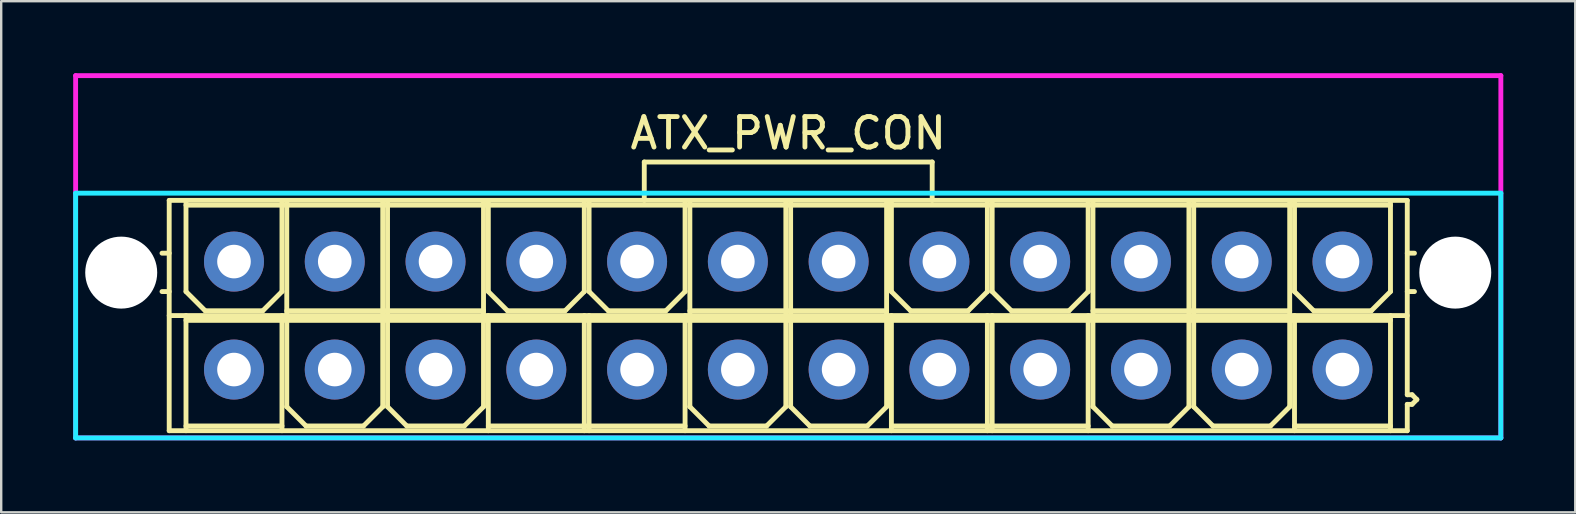
<source format=kicad_pcb>
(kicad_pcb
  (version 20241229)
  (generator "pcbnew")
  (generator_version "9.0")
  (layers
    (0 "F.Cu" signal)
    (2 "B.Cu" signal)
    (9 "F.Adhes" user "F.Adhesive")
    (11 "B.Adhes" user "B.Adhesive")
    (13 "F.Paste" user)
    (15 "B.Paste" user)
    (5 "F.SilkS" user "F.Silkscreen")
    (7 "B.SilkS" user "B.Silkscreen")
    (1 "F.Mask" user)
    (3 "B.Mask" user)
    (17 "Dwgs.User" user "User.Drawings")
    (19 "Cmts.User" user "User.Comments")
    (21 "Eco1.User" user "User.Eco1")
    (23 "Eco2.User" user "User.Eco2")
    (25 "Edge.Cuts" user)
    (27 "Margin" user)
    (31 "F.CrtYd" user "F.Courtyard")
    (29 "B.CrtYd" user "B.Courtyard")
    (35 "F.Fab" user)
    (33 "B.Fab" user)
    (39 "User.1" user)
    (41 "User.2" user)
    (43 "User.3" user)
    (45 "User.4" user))
  (footprint "ATX_PWR_CON"
    (layer "F.Cu")
    (at 29.802 10.102)
    (property "Reference" "ATX_PWR_CON" (at 0 -7.6 0) (layer "F.SilkS") (effects (font (size 1.27 1.27) (thickness 0.203))))
    (attr through_hole)
    (fp_line (start -26.1 -2.6) (end -25.8 -2.6) (stroke (width 0.203) (type solid)) (layer "F.SilkS"))
    (fp_line (start -26.1 -1) (end -25.8 -1) (stroke (width 0.203) (type solid)) (layer "F.SilkS"))
    (fp_line (start -25.8 -4.8) (end 25.8 -4.8) (stroke (width 0.203) (type solid)) (layer "F.SilkS"))
    (fp_line (start -25.8 0) (end 25.8 0) (stroke (width 0.203) (type solid)) (layer "F.SilkS"))
    (fp_line (start -25.8 4.8) (end -25.8 -4.8) (stroke (width 0.203) (type solid)) (layer "F.SilkS"))
    (fp_line (start -25.1 0.2) (end 25.1 0.2) (stroke (width 0.203) (type solid)) (layer "F.SilkS"))
    (fp_line (start -25.1 -4.6) (end 25.1 -4.6) (stroke (width 0.203) (type solid)) (layer "F.SilkS"))
    (fp_line (start -25.1 -1) (end -25.1 -4.8) (stroke (width 0.203) (type solid)) (layer "F.SilkS"))
    (fp_line (start -25.1 0) (end -25.1 4.8) (stroke (width 0.203) (type solid)) (layer "F.SilkS"))
    (fp_line (start -25.1 4.6) (end -21.1 4.6) (stroke (width 0.203) (type solid)) (layer "F.SilkS"))
    (fp_line (start -24.3 -0.2) (end -25.1 -1) (stroke (width 0.203) (type solid)) (layer "F.SilkS"))
    (fp_line (start -21.9 -0.2) (end -24.3 -0.2) (stroke (width 0.203) (type solid)) (layer "F.SilkS"))
    (fp_line (start -21.1 -4.8) (end -21.1 -1) (stroke (width 0.203) (type solid)) (layer "F.SilkS"))
    (fp_line (start -21.1 -1) (end -21.9 -0.2) (stroke (width 0.203) (type solid)) (layer "F.SilkS"))
    (fp_line (start -21.1 0) (end -21.1 4.8) (stroke (width 0.203) (type solid)) (layer "F.SilkS"))
    (fp_line (start -20.9 -4.8) (end -20.9 0) (stroke (width 0.203) (type solid)) (layer "F.SilkS"))
    (fp_line (start -20.9 -0.2) (end -12.7 -0.2) (stroke (width 0.203) (type solid)) (layer "F.SilkS"))
    (fp_line (start -20.9 3.8) (end -20.9 0) (stroke (width 0.203) (type solid)) (layer "F.SilkS"))
    (fp_line (start -20.1 4.6) (end -20.9 3.8) (stroke (width 0.203) (type solid)) (layer "F.SilkS"))
    (fp_line (start -17.7 4.6) (end -20.1 4.6) (stroke (width 0.203) (type solid)) (layer "F.SilkS"))
    (fp_line (start -16.9 -4.8) (end -16.9 0) (stroke (width 0.203) (type solid)) (layer "F.SilkS"))
    (fp_line (start -16.9 0) (end -16.9 3.8) (stroke (width 0.203) (type solid)) (layer "F.SilkS"))
    (fp_line (start -16.9 3.8) (end -17.7 4.6) (stroke (width 0.203) (type solid)) (layer "F.SilkS"))
    (fp_line (start -16.7 -4.8) (end -16.7 0) (stroke (width 0.203) (type solid)) (layer "F.SilkS"))
    (fp_line (start -16.7 3.8) (end -16.7 0) (stroke (width 0.203) (type solid)) (layer "F.SilkS"))
    (fp_line (start -15.9 4.6) (end -16.7 3.8) (stroke (width 0.203) (type solid)) (layer "F.SilkS"))
    (fp_line (start -13.5 4.6) (end -15.9 4.6) (stroke (width 0.203) (type solid)) (layer "F.SilkS"))
    (fp_line (start -12.7 -4.8) (end -12.7 0) (stroke (width 0.203) (type solid)) (layer "F.SilkS"))
    (fp_line (start -12.7 0) (end -12.7 3.8) (stroke (width 0.203) (type solid)) (layer "F.SilkS"))
    (fp_line (start -12.7 3.8) (end -13.5 4.6) (stroke (width 0.203) (type solid)) (layer "F.SilkS"))
    (fp_line (start -12.5 -1) (end -12.5 -4.8) (stroke (width 0.203) (type solid)) (layer "F.SilkS"))
    (fp_line (start -12.5 0) (end -12.5 4.8) (stroke (width 0.203) (type solid)) (layer "F.SilkS"))
    (fp_line (start -12.5 4.6) (end -4.3 4.6) (stroke (width 0.203) (type solid)) (layer "F.SilkS"))
    (fp_line (start -11.7 -0.2) (end -12.5 -1) (stroke (width 0.203) (type solid)) (layer "F.SilkS"))
    (fp_line (start -9.3 -0.2) (end -11.7 -0.2) (stroke (width 0.203) (type solid)) (layer "F.SilkS"))
    (fp_line (start -8.5 -4.8) (end -8.5 -1) (stroke (width 0.203) (type solid)) (layer "F.SilkS"))
    (fp_line (start -8.5 -1) (end -9.3 -0.2) (stroke (width 0.203) (type solid)) (layer "F.SilkS"))
    (fp_line (start -8.5 0) (end -8.5 4.8) (stroke (width 0.203) (type solid)) (layer "F.SilkS"))
    (fp_line (start -8.3 -1) (end -8.3 -4.8) (stroke (width 0.203) (type solid)) (layer "F.SilkS"))
    (fp_line (start -8.3 0) (end -8.3 4.8) (stroke (width 0.203) (type solid)) (layer "F.SilkS"))
    (fp_line (start -7.5 -0.2) (end -8.3 -1) (stroke (width 0.203) (type solid)) (layer "F.SilkS"))
    (fp_line (start -6 -6.4) (end -6 -4.8) (stroke (width 0.203) (type solid)) (layer "F.SilkS"))
    (fp_line (start -5.1 -0.2) (end -7.5 -0.2) (stroke (width 0.203) (type solid)) (layer "F.SilkS"))
    (fp_line (start -4.3 -4.8) (end -4.3 -1) (stroke (width 0.203) (type solid)) (layer "F.SilkS"))
    (fp_line (start -4.3 -1) (end -5.1 -0.2) (stroke (width 0.203) (type solid)) (layer "F.SilkS"))
    (fp_line (start -4.3 0) (end -4.3 4.8) (stroke (width 0.203) (type solid)) (layer "F.SilkS"))
    (fp_line (start -4.1 -4.8) (end -4.1 0) (stroke (width 0.203) (type solid)) (layer "F.SilkS"))
    (fp_line (start -4.1 -0.2) (end 4.1 -0.2) (stroke (width 0.203) (type solid)) (layer "F.SilkS"))
    (fp_line (start -4.1 3.8) (end -4.1 0) (stroke (width 0.203) (type solid)) (layer "F.SilkS"))
    (fp_line (start -3.3 4.6) (end -4.1 3.8) (stroke (width 0.203) (type solid)) (layer "F.SilkS"))
    (fp_line (start -0.9 4.6) (end -3.3 4.6) (stroke (width 0.203) (type solid)) (layer "F.SilkS"))
    (fp_line (start -0.1 -4.8) (end -0.1 0) (stroke (width 0.203) (type solid)) (layer "F.SilkS"))
    (fp_line (start -0.1 0) (end -0.1 3.8) (stroke (width 0.203) (type solid)) (layer "F.SilkS"))
    (fp_line (start -0.1 3.8) (end -0.9 4.6) (stroke (width 0.203) (type solid)) (layer "F.SilkS"))
    (fp_line (start 0.1 -4.8) (end 0.1 0) (stroke (width 0.203) (type solid)) (layer "F.SilkS"))
    (fp_line (start 0.1 3.8) (end 0.1 0) (stroke (width 0.203) (type solid)) (layer "F.SilkS"))
    (fp_line (start 0.9 4.6) (end 0.1 3.8) (stroke (width 0.203) (type solid)) (layer "F.SilkS"))
    (fp_line (start 3.3 4.6) (end 0.9 4.6) (stroke (width 0.203) (type solid)) (layer "F.SilkS"))
    (fp_line (start 4.1 -4.8) (end 4.1 0) (stroke (width 0.203) (type solid)) (layer "F.SilkS"))
    (fp_line (start 4.1 0) (end 4.1 3.8) (stroke (width 0.203) (type solid)) (layer "F.SilkS"))
    (fp_line (start 4.1 3.8) (end 3.3 4.6) (stroke (width 0.203) (type solid)) (layer "F.SilkS"))
    (fp_line (start 4.3 -1) (end 4.3 -4.8) (stroke (width 0.203) (type solid)) (layer "F.SilkS"))
    (fp_line (start 4.3 0) (end 4.3 4.8) (stroke (width 0.203) (type solid)) (layer "F.SilkS"))
    (fp_line (start 4.3 4.6) (end 12.5 4.6) (stroke (width 0.203) (type solid)) (layer "F.SilkS"))
    (fp_line (start 5.1 -0.2) (end 4.3 -1) (stroke (width 0.203) (type solid)) (layer "F.SilkS"))
    (fp_line (start 6 -6.4) (end -6 -6.4) (stroke (width 0.203) (type solid)) (layer "F.SilkS"))
    (fp_line (start 6 -4.8) (end 6 -6.4) (stroke (width 0.203) (type solid)) (layer "F.SilkS"))
    (fp_line (start 7.5 -0.2) (end 5.1 -0.2) (stroke (width 0.203) (type solid)) (layer "F.SilkS"))
    (fp_line (start 8.3 -4.8) (end 8.3 -1) (stroke (width 0.203) (type solid)) (layer "F.SilkS"))
    (fp_line (start 8.3 -1) (end 7.5 -0.2) (stroke (width 0.203) (type solid)) (layer "F.SilkS"))
    (fp_line (start 8.3 0) (end 8.3 4.8) (stroke (width 0.203) (type solid)) (layer "F.SilkS"))
    (fp_line (start 8.5 -1) (end 8.5 -4.8) (stroke (width 0.203) (type solid)) (layer "F.SilkS"))
    (fp_line (start 8.5 0) (end 8.5 4.8) (stroke (width 0.203) (type solid)) (layer "F.SilkS"))
    (fp_line (start 9.3 -0.2) (end 8.5 -1) (stroke (width 0.203) (type solid)) (layer "F.SilkS"))
    (fp_line (start 11.7 -0.2) (end 9.3 -0.2) (stroke (width 0.203) (type solid)) (layer "F.SilkS"))
    (fp_line (start 12.5 -4.8) (end 12.5 -1) (stroke (width 0.203) (type solid)) (layer "F.SilkS"))
    (fp_line (start 12.5 -1) (end 11.7 -0.2) (stroke (width 0.203) (type solid)) (layer "F.SilkS"))
    (fp_line (start 12.5 0) (end 12.5 4.8) (stroke (width 0.203) (type solid)) (layer "F.SilkS"))
    (fp_line (start 12.7 -4.8) (end 12.7 0) (stroke (width 0.203) (type solid)) (layer "F.SilkS"))
    (fp_line (start 12.7 -0.2) (end 20.9 -0.2) (stroke (width 0.203) (type solid)) (layer "F.SilkS"))
    (fp_line (start 12.7 3.8) (end 12.7 0) (stroke (width 0.203) (type solid)) (layer "F.SilkS"))
    (fp_line (start 13.5 4.6) (end 12.7 3.8) (stroke (width 0.203) (type solid)) (layer "F.SilkS"))
    (fp_line (start 15.9 4.6) (end 13.5 4.6) (stroke (width 0.203) (type solid)) (layer "F.SilkS"))
    (fp_line (start 16.7 -4.8) (end 16.7 0) (stroke (width 0.203) (type solid)) (layer "F.SilkS"))
    (fp_line (start 16.7 0) (end 16.7 3.8) (stroke (width 0.203) (type solid)) (layer "F.SilkS"))
    (fp_line (start 16.7 3.8) (end 15.9 4.6) (stroke (width 0.203) (type solid)) (layer "F.SilkS"))
    (fp_line (start 16.9 -4.8) (end 16.9 0) (stroke (width 0.203) (type solid)) (layer "F.SilkS"))
    (fp_line (start 16.9 3.8) (end 16.9 0) (stroke (width 0.203) (type solid)) (layer "F.SilkS"))
    (fp_line (start 17.7 4.6) (end 16.9 3.8) (stroke (width 0.203) (type solid)) (layer "F.SilkS"))
    (fp_line (start 20.1 4.6) (end 17.7 4.6) (stroke (width 0.203) (type solid)) (layer "F.SilkS"))
    (fp_line (start 20.9 -4.8) (end 20.9 0) (stroke (width 0.203) (type solid)) (layer "F.SilkS"))
    (fp_line (start 20.9 0) (end 20.9 3.8) (stroke (width 0.203) (type solid)) (layer "F.SilkS"))
    (fp_line (start 20.9 3.8) (end 20.1 4.6) (stroke (width 0.203) (type solid)) (layer "F.SilkS"))
    (fp_line (start 21.1 -1) (end 21.1 -4.8) (stroke (width 0.203) (type solid)) (layer "F.SilkS"))
    (fp_line (start 21.1 0) (end 21.1 4.8) (stroke (width 0.203) (type solid)) (layer "F.SilkS"))
    (fp_line (start 21.1 4.6) (end 25.1 4.6) (stroke (width 0.203) (type solid)) (layer "F.SilkS"))
    (fp_line (start 21.9 -0.2) (end 21.1 -1) (stroke (width 0.203) (type solid)) (layer "F.SilkS"))
    (fp_line (start 24.3 -0.2) (end 21.9 -0.2) (stroke (width 0.203) (type solid)) (layer "F.SilkS"))
    (fp_line (start 25.1 -4.8) (end 25.1 -1) (stroke (width 0.203) (type solid)) (layer "F.SilkS"))
    (fp_line (start 25.1 -1) (end 24.3 -0.2) (stroke (width 0.203) (type solid)) (layer "F.SilkS"))
    (fp_line (start 25.1 0) (end 25.1 4.8) (stroke (width 0.203) (type solid)) (layer "F.SilkS"))
    (fp_line (start 25.8 -4.8) (end 25.8 3.3) (stroke (width 0.203) (type solid)) (layer "F.SilkS"))
    (fp_line (start 25.8 -2.6) (end 26.1 -2.6) (stroke (width 0.203) (type solid)) (layer "F.SilkS"))
    (fp_line (start 25.8 -1) (end 26.1 -1) (stroke (width 0.203) (type solid)) (layer "F.SilkS"))
    (fp_line (start 25.8 3.3) (end 26 3.3) (stroke (width 0.203) (type solid)) (layer "F.SilkS"))
    (fp_line (start 25.8 3.7) (end 25.8 4.8) (stroke (width 0.203) (type solid)) (layer "F.SilkS"))
    (fp_line (start 25.8 4.8) (end -25.8 4.8) (stroke (width 0.203) (type solid)) (layer "F.SilkS"))
    (fp_line (start 26 3.3) (end 26.2 3.5) (stroke (width 0.203) (type solid)) (layer "F.SilkS"))
    (fp_line (start 26 3.7) (end 25.8 3.7) (stroke (width 0.203) (type solid)) (layer "F.SilkS"))
    (fp_line (start 26.2 3.5) (end 26 3.7) (stroke (width 0.203) (type solid)) (layer "F.SilkS"))
    (fp_line (start -29.7 -5.1) (end 29.7 -5.1) (stroke (width 0.203) (type solid)) (layer "B.CrtYd"))
    (fp_line (start -29.7 5.1) (end -29.7 -5.1) (stroke (width 0.203) (type solid)) (layer "B.CrtYd"))
    (fp_line (start 29.7 -5.1) (end 29.7 5.1) (stroke (width 0.203) (type solid)) (layer "B.CrtYd"))
    (fp_line (start 29.7 5.1) (end -29.7 5.1) (stroke (width 0.203) (type solid)) (layer "B.CrtYd"))
    (fp_line (start -29.7 -10) (end 29.7 -10) (stroke (width 0.203) (type solid)) (layer "F.CrtYd"))
    (fp_line (start -29.7 5.1) (end -29.7 -10) (stroke (width 0.203) (type solid)) (layer "F.CrtYd"))
    (fp_line (start 29.7 -10) (end 29.7 5.1) (stroke (width 0.203) (type solid)) (layer "F.CrtYd"))
    (fp_line (start 29.7 5.1) (end -29.7 5.1) (stroke (width 0.203) (type solid)) (layer "F.CrtYd"))
    (pad "" np_thru_hole circle (at -27.8 -1.79) (size 3 3) (drill 3) (layers "*.Cu" "*.Mask"))
    (pad "" np_thru_hole circle (at 27.8 -1.79) (size 3 3) (drill 3) (layers "*.Cu" "*.Mask"))
    (pad "1" thru_hole circle (at 23.1 2.25) (size 2.5 2.5) (drill 1.4) (layers "*.Cu" "*.Mask"))
    (pad "2" thru_hole circle (at 18.9 2.25) (size 2.5 2.5) (drill 1.4) (layers "*.Cu" "*.Mask"))
    (pad "3" thru_hole circle (at 14.7 2.25) (size 2.5 2.5) (drill 1.4) (layers "*.Cu" "*.Mask"))
    (pad "4" thru_hole circle (at 10.5 2.25) (size 2.5 2.5) (drill 1.4) (layers "*.Cu" "*.Mask"))
    (pad "5" thru_hole circle (at 6.3 2.25) (size 2.5 2.5) (drill 1.4) (layers "*.Cu" "*.Mask"))
    (pad "6" thru_hole circle (at 2.1 2.25) (size 2.5 2.5) (drill 1.4) (layers "*.Cu" "*.Mask"))
    (pad "7" thru_hole circle (at -2.1 2.25) (size 2.5 2.5) (drill 1.4) (layers "*.Cu" "*.Mask"))
    (pad "8" thru_hole circle (at -6.3 2.25) (size 2.5 2.5) (drill 1.4) (layers "*.Cu" "*.Mask"))
    (pad "9" thru_hole circle (at -10.5 2.25) (size 2.5 2.5) (drill 1.4) (layers "*.Cu" "*.Mask"))
    (pad "10" thru_hole circle (at -14.7 2.25) (size 2.5 2.5) (drill 1.4) (layers "*.Cu" "*.Mask"))
    (pad "11" thru_hole circle (at -18.9 2.25) (size 2.5 2.5) (drill 1.4) (layers "*.Cu" "*.Mask"))
    (pad "12" thru_hole circle (at -23.1 2.25) (size 2.5 2.5) (drill 1.4) (layers "*.Cu" "*.Mask"))
    (pad "13" thru_hole circle (at 23.1 -2.25) (size 2.5 2.5) (drill 1.4) (layers "*.Cu" "*.Mask"))
    (pad "14" thru_hole circle (at 18.9 -2.25) (size 2.5 2.5) (drill 1.4) (layers "*.Cu" "*.Mask"))
    (pad "15" thru_hole circle (at 14.7 -2.25) (size 2.5 2.5) (drill 1.4) (layers "*.Cu" "*.Mask"))
    (pad "16" thru_hole circle (at 10.5 -2.25) (size 2.5 2.5) (drill 1.4) (layers "*.Cu" "*.Mask"))
    (pad "17" thru_hole circle (at 6.3 -2.25) (size 2.5 2.5) (drill 1.4) (layers "*.Cu" "*.Mask"))
    (pad "18" thru_hole circle (at 2.1 -2.25) (size 2.5 2.5) (drill 1.4) (layers "*.Cu" "*.Mask"))
    (pad "19" thru_hole circle (at -2.1 -2.25) (size 2.5 2.5) (drill 1.4) (layers "*.Cu" "*.Mask"))
    (pad "20" thru_hole circle (at -6.3 -2.25) (size 2.5 2.5) (drill 1.4) (layers "*.Cu" "*.Mask"))
    (pad "21" thru_hole circle (at -10.5 -2.25) (size 2.5 2.5) (drill 1.4) (layers "*.Cu" "*.Mask"))
    (pad "22" thru_hole circle (at -14.7 -2.25) (size 2.5 2.5) (drill 1.4) (layers "*.Cu" "*.Mask"))
    (pad "23" thru_hole circle (at -18.9 -2.25) (size 2.5 2.5) (drill 1.4) (layers "*.Cu" "*.Mask"))
    (pad "24" thru_hole circle (at -23.1 -2.25) (size 2.5 2.5) (drill 1.4) (layers "*.Cu" "*.Mask")))
  (gr_rect
    (start -3 -3)
    (end 62.603 18.303)
    (stroke (width 0.1) (type default))
    (fill no)
    (layer "Edge.Cuts")))
</source>
